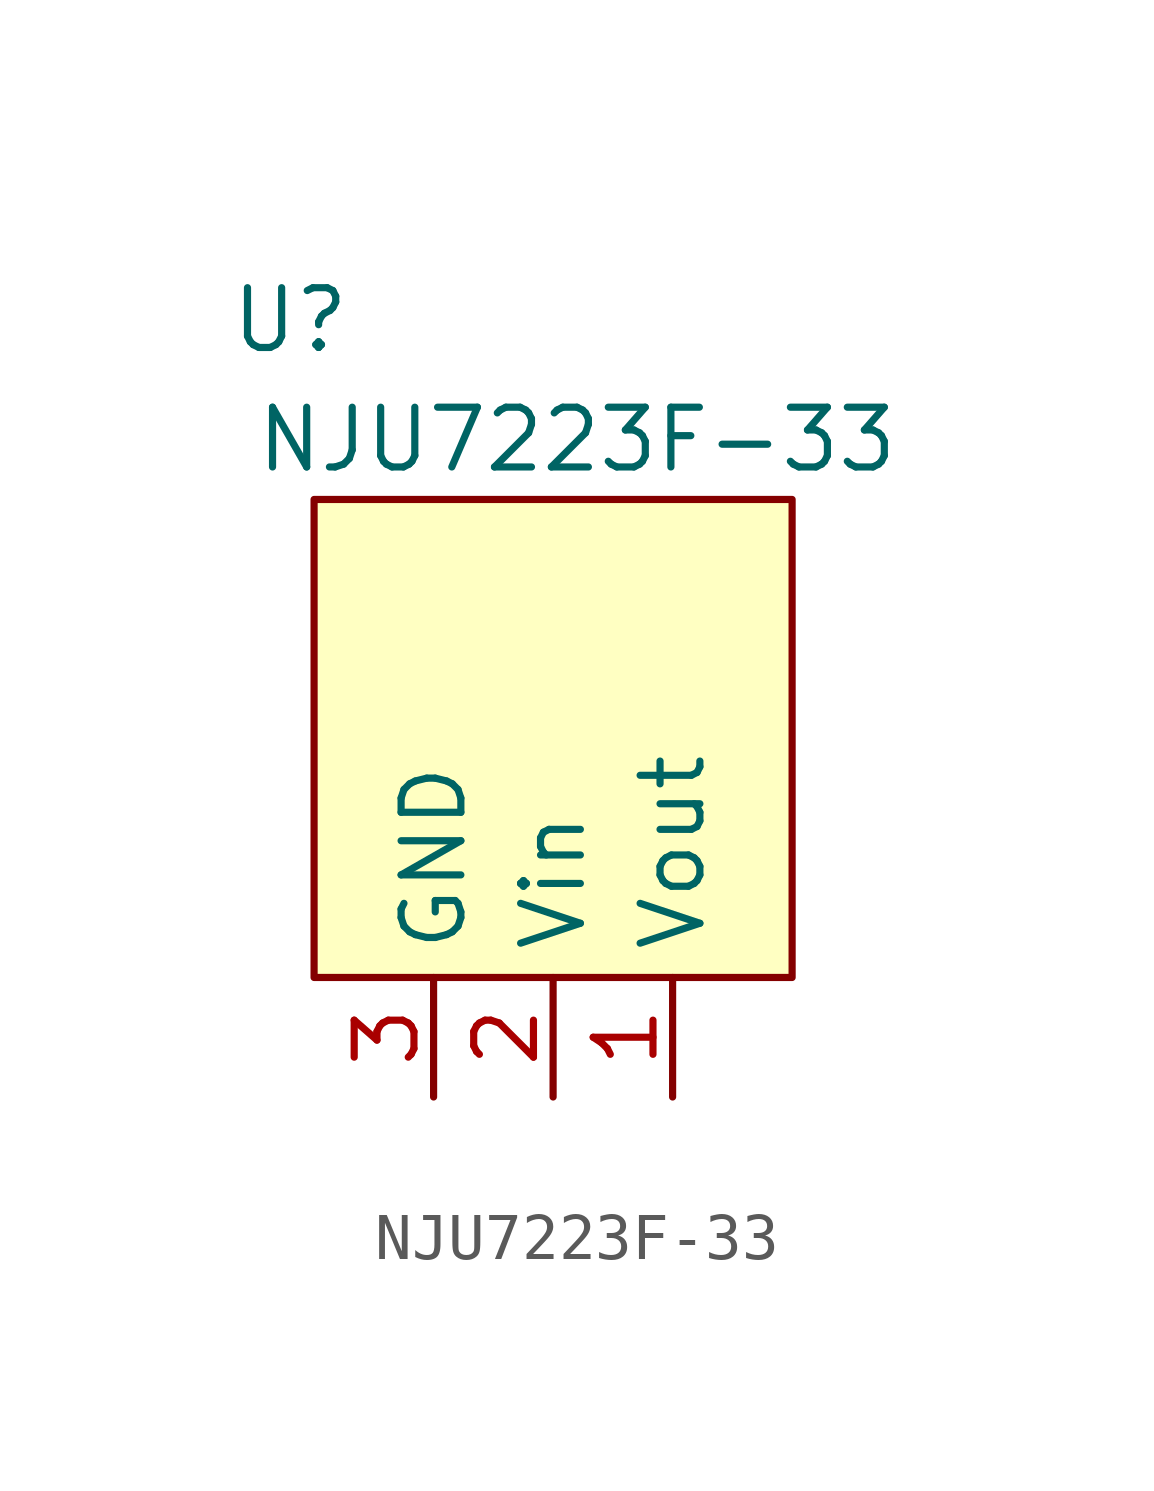
<source format=kicad_sym>
(kicad_symbol_lib
  (version 20241209)
  (generator "kicad_symbol_editor")
  (generator_version "9.0")
  (symbol "NJU7223F-33"
    (property "Reference" "U"
      (at -5.588 8.89 0)
      (effects (font (size 1.27 1.27))))
    (property "Value" "NJU7223F-33"
      (at 0.508 6.35 0)
      (effects (font (size 1.27 1.27))))
    (symbol "NJU7223F-33_1_1"
      (rectangle (start -5.08 5.08) (end 5.08 -5.08) (stroke (width 0) (type solid)) (fill (type background)))
      (pin power_in line (at -2.54 -7.62 90) (length 2.54) (name "GND" (effects (font (size 1.27 1.27)))) (number "3" (effects (font (size 1.27 1.27)))))
      (pin power_in line (at 0 -7.62 90) (length 2.54) (name "Vin" (effects (font (size 1.27 1.27)))) (number "2" (effects (font (size 1.27 1.27)))))
      (pin power_out line (at 2.54 -7.62 90) (length 2.54) (name "Vout" (effects (font (size 1.27 1.27)))) (number "1" (effects (font (size 1.27 1.27))))))))
</source>
